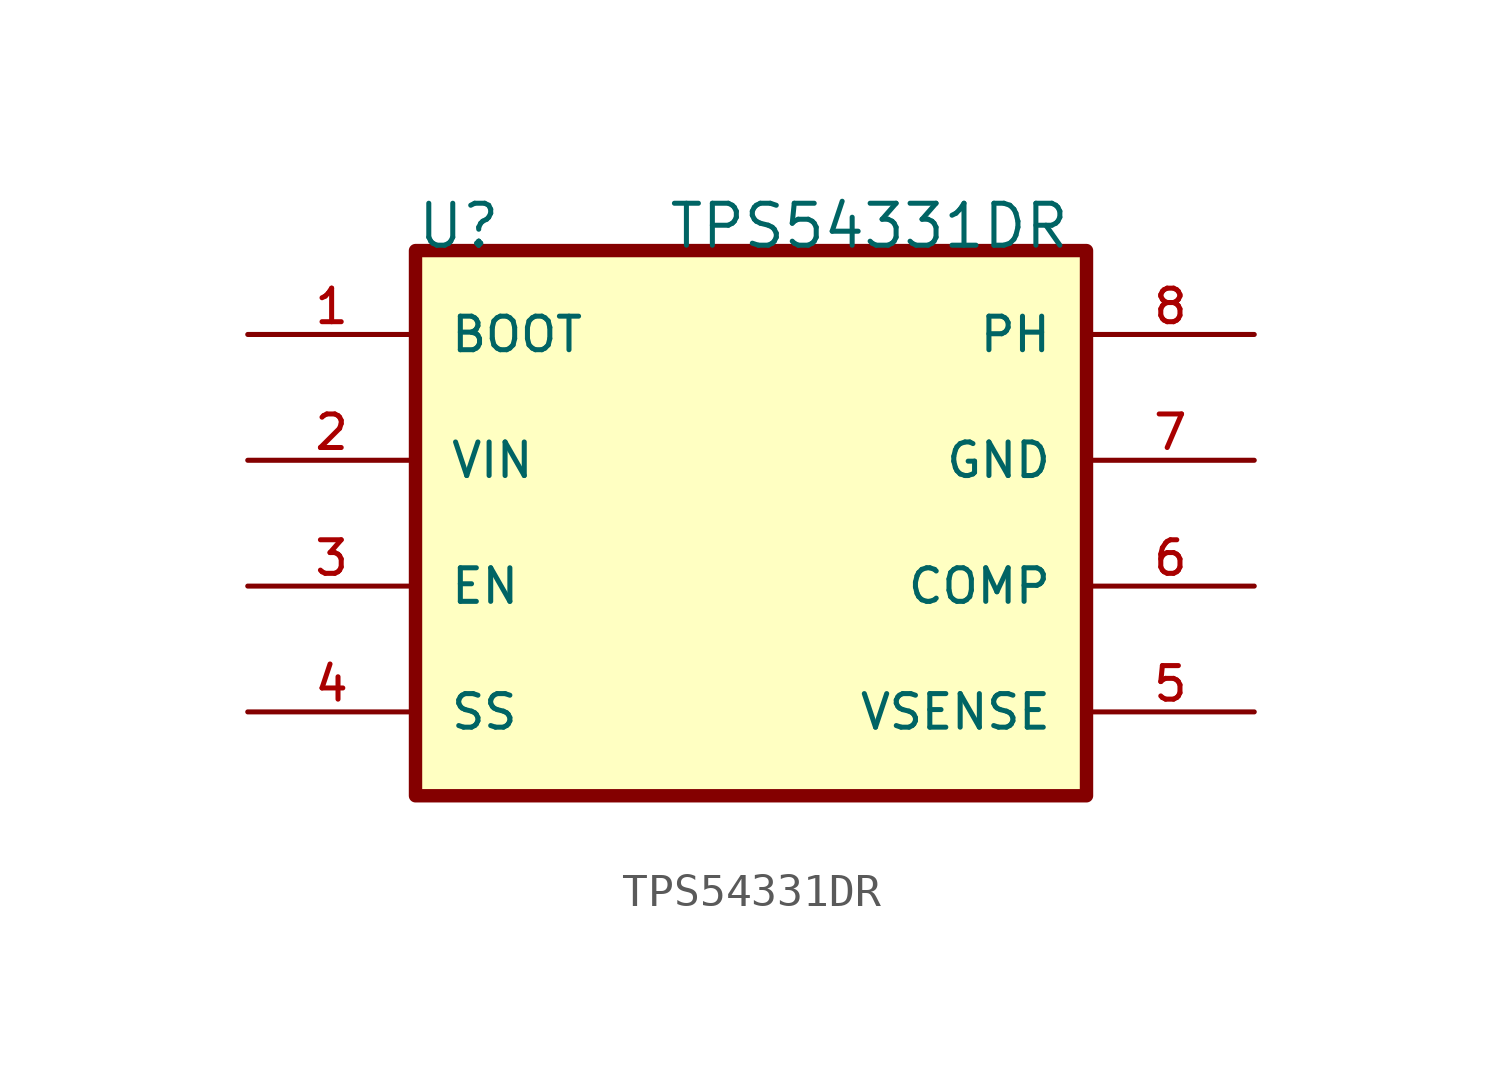
<source format=kicad_sym>
(kicad_symbol_lib
  (version 20211014)
  (generator kicad_symbol_editor)
  (symbol "TPS54331DR"
    (pin_names
      (offset 1.016))
    (property "Reference" "U"
      (at -12.7 12.7 0)
      (effects (font (size 1.27 1.27)) (justify left bottom)))
    (property "Value" "TPS54331DR"
      (at -5.08 12.7 0)
      (effects (font (size 1.27 1.27)) (justify left bottom)))
    (symbol "TPS54331DR_0_0"
      (rectangle (start -12.7 12.7) (end 7.62 -3.81) (stroke (width 0.406) (type default) (color 0 0 0 0)) (fill (type background)))
      (pin input line (at -17.78 10.16 0) (length 5.08) (name "BOOT" (effects (font (size 1.016 1.016)))) (number "1" (effects (font (size 1.016 1.016)))))
      (pin input line (at -17.78 6.35 0) (length 5.08) (name "VIN" (effects (font (size 1.016 1.016)))) (number "2" (effects (font (size 1.016 1.016)))))
      (pin input line (at -17.78 2.54 0) (length 5.08) (name "EN" (effects (font (size 1.016 1.016)))) (number "3" (effects (font (size 1.016 1.016)))))
      (pin input line (at -17.78 -1.27 0) (length 5.08) (name "SS" (effects (font (size 1.016 1.016)))) (number "4" (effects (font (size 1.016 1.016)))))
      (pin input line (at 12.7 -1.27 180) (length 5.08) (name "VSENSE" (effects (font (size 1.016 1.016)))) (number "5" (effects (font (size 1.016 1.016)))))
      (pin output line (at 12.7 2.54 180) (length 5.08) (name "COMP" (effects (font (size 1.016 1.016)))) (number "6" (effects (font (size 1.016 1.016)))))
      (pin power_in line (at 12.7 6.35 180) (length 5.08) (name "GND" (effects (font (size 1.016 1.016)))) (number "7" (effects (font (size 1.016 1.016)))))
      (pin input line (at 12.7 10.16 180) (length 5.08) (name "PH" (effects (font (size 1.016 1.016)))) (number "8" (effects (font (size 1.016 1.016))))))))
</source>
